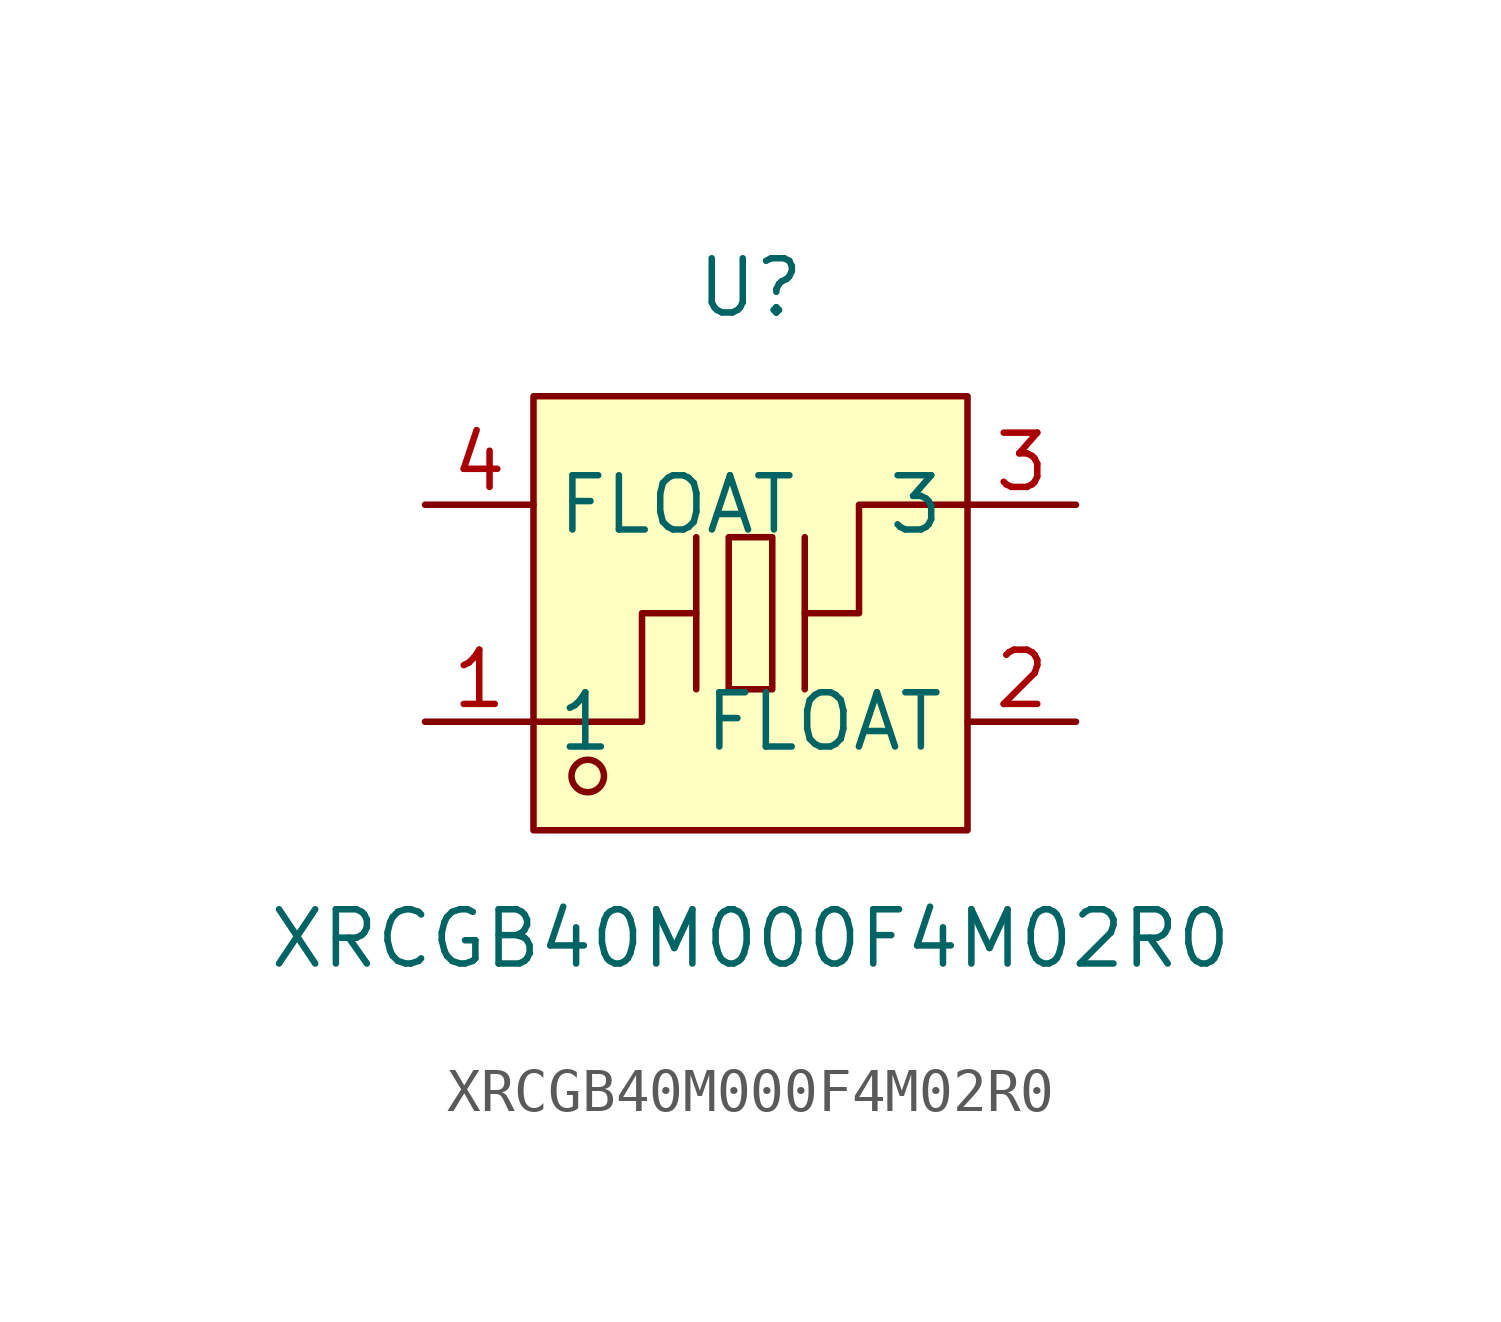
<source format=kicad_sym>
(kicad_symbol_lib
  (version 20211014)
  (generator https://github.com/uPesy/easyeda2kicad.py)
  (symbol "XRCGB40M000F4M02R0"
    (property "Reference" "U"
      (at 0 7.62 0)
      (effects (font (size 1.27 1.27))))
    (property "Value" "XRCGB40M000F4M02R0"
      (at 0 -7.62 0)
      (effects (font (size 1.27 1.27))))
    (symbol "XRCGB40M000F4M02R0_0_1"
      (rectangle (start -5.08 5.08) (end 5.08 -5.08) (stroke (width 0) (type default) (color 0 0 0 0)) (fill (type background)))
      (rectangle (start -0.51 1.78) (end 0.51 -1.78) (stroke (width 0) (type default) (color 0 0 0 0)) (fill (type background)))
      (circle (center -3.81 -3.81) (radius 0.38) (stroke (width 0) (type default) (color 0 0 0 0)) (fill (type none)))
      (polyline (pts (xy -1.27 -1.78) (xy -1.27 1.78)) (stroke (width 0) (type default) (color 0 0 0 0)) (fill (type none)))
      (polyline (pts (xy 1.27 -1.78) (xy 1.27 1.78)) (stroke (width 0) (type default) (color 0 0 0 0)) (fill (type none)))
      (polyline (pts (xy -5.08 -2.54) (xy -2.54 -2.54) (xy -2.54 -0.00) (xy -1.27 -0.00)) (stroke (width 0) (type default) (color 0 0 0 0)) (fill (type none)))
      (polyline (pts (xy 5.08 2.54) (xy 2.54 2.54) (xy 2.54 -0.00) (xy 1.27 -0.00)) (stroke (width 0) (type default) (color 0 0 0 0)) (fill (type none)))
      (pin input line (at -7.62 -2.54 0) (length 2.54) (name "1" (effects (font (size 1.27 1.27)))) (number "1" (effects (font (size 1.27 1.27)))))
      (pin input line (at 7.62 2.54 180) (length 2.54) (name "3" (effects (font (size 1.27 1.27)))) (number "3" (effects (font (size 1.27 1.27)))))
      (pin input line (at -7.62 2.54 0) (length 2.54) (name "FLOAT" (effects (font (size 1.27 1.27)))) (number "4" (effects (font (size 1.27 1.27)))))
      (pin input line (at 7.62 -2.54 180) (length 2.54) (name "FLOAT" (effects (font (size 1.27 1.27)))) (number "2" (effects (font (size 1.27 1.27))))))))
</source>
